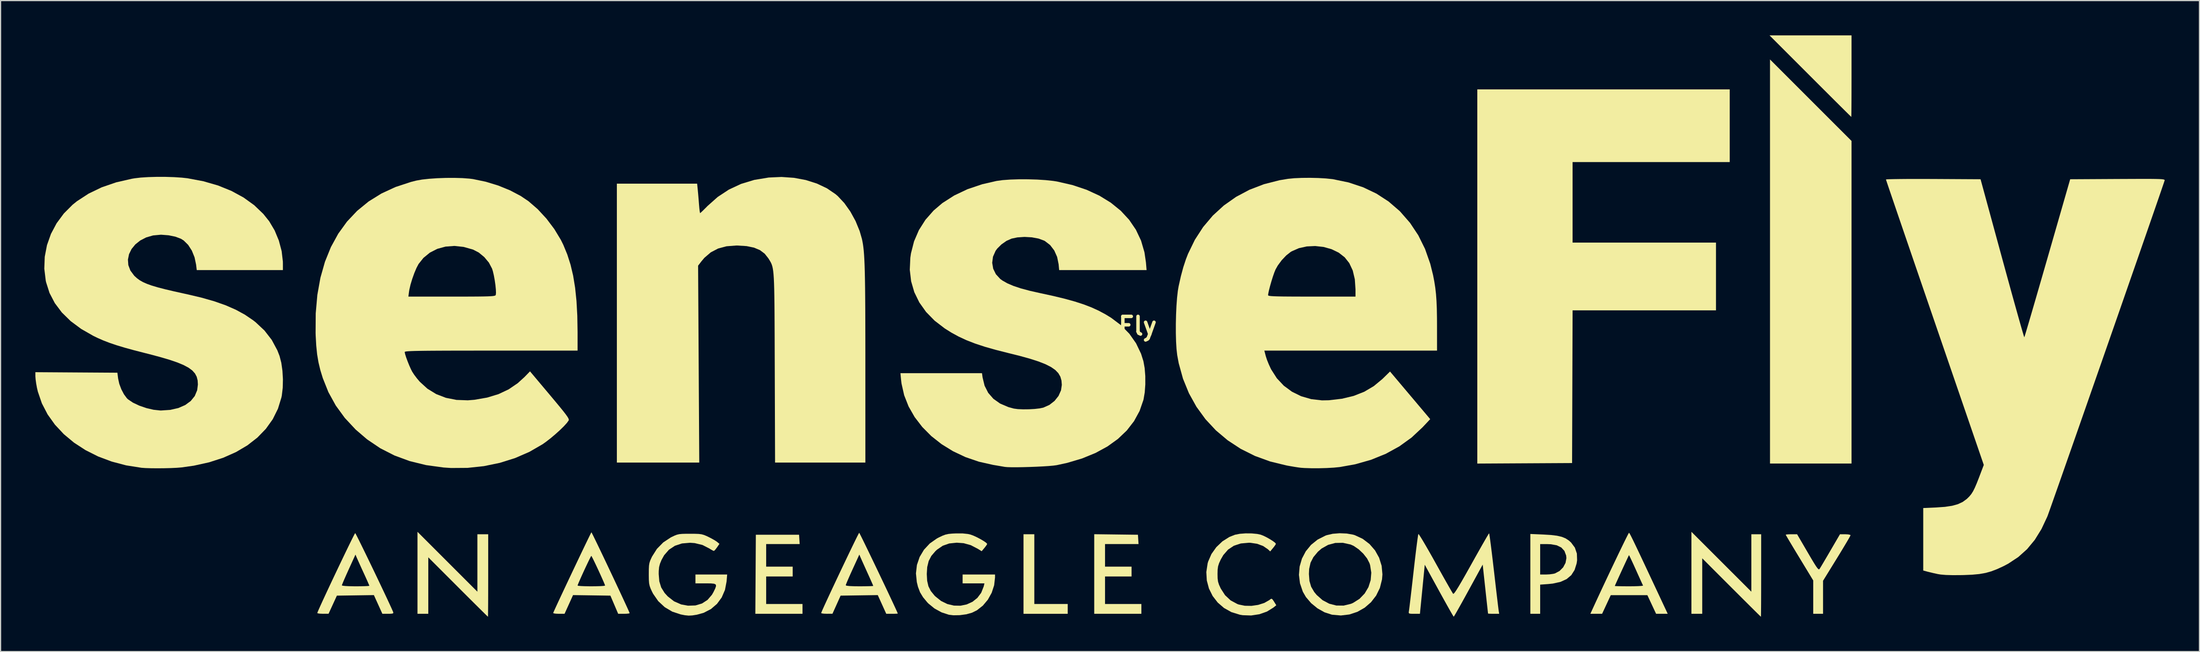
<source format=kicad_pcb>
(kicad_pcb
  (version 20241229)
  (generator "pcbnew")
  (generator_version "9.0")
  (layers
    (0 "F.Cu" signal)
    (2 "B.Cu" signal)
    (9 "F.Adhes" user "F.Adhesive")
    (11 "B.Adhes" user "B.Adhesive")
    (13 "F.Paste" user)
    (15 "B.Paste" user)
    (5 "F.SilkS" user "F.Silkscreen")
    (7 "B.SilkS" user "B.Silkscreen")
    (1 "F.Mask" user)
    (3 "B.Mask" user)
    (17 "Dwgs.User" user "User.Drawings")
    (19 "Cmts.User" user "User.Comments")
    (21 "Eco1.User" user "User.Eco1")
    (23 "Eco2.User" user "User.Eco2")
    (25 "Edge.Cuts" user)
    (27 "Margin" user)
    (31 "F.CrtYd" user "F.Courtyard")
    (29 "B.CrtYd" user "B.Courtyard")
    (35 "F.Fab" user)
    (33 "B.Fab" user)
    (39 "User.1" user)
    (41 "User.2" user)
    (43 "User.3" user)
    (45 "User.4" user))
  (footprint "senseFly"
    (layer "F.Cu")
    (at 91.779 25.061)
    (property "Reference" "senseFly" (at 0 0 0) (layer "F.SilkS") (effects (font (size 1.524 1.524) (thickness 0.3))))
    (attr board_only exclude_from_pos_files exclude_from_bom)
    (fp_poly (pts (xy 61.256 -19.473) (xy 64.77 -15.96) (xy 64.77 11.853) (xy 57.743 11.853) (xy 57.743 -22.986)) (stroke (width 0) (type solid)) (fill yes) (layer "F.SilkS"))
    (fp_poly (pts (xy -5.673 23.961) (xy -2.794 23.961) (xy -2.794 24.807) (xy -6.604 24.807) (xy -6.604 17.949) (xy -5.673 17.949)) (stroke (width 0) (type solid)) (fill yes) (layer "F.SilkS"))
    (fp_poly (pts (xy 54.271 -14.139) (xy 40.725 -14.139) (xy 40.725 -7.197) (xy 53.086 -7.197) (xy 53.086 -1.355) (xy 40.726 -1.355) (xy 40.682 11.811) (xy 36.597 11.833) (xy 32.512 11.855) (xy 32.512 -20.405) (xy 54.271 -20.405)) (stroke (width 0) (type solid)) (fill yes) (layer "F.SilkS"))
    (fp_poly (pts (xy -25.925 18.394) (xy -25.899 18.796) (xy -28.787 18.796) (xy -28.787 20.743) (xy -26.501 20.743) (xy -26.501 21.59) (xy -28.787 21.59) (xy -28.787 23.961) (xy -25.654 23.961) (xy -25.654 24.807) (xy -29.72 24.807) (xy -29.698 21.399) (xy -29.676 17.992) (xy -25.95 17.992)) (stroke (width 0) (type solid)) (fill yes) (layer "F.SilkS"))
    (fp_poly (pts (xy 1.376 17.969) (xy 3.26 17.992) (xy 3.285 18.394) (xy 3.311 18.796) (xy 0.423 18.796) (xy 0.423 20.743) (xy 2.709 20.743) (xy 2.709 21.59) (xy 0.423 21.59) (xy 0.423 23.961) (xy 3.556 23.961) (xy 3.556 24.807) (xy -0.508 24.807) (xy -0.508 17.946)) (stroke (width 0) (type solid)) (fill yes) (layer "F.SilkS"))
    (fp_poly (pts (xy 64.77 -21.548) (xy 64.769 -20.795) (xy 64.768 -20.097) (xy 64.766 -19.473) (xy 64.763 -18.938) (xy 64.759 -18.512) (xy 64.755 -18.211) (xy 64.751 -18.054) (xy 64.748 -18.034) (xy 64.686 -18.092) (xy 64.515 -18.26) (xy 64.245 -18.526) (xy 63.888 -18.881) (xy 63.452 -19.314) (xy 62.95 -19.814) (xy 62.392 -20.371) (xy 61.787 -20.975) (xy 61.214 -21.548) (xy 57.701 -25.061) (xy 64.77 -25.061)) (stroke (width 0) (type solid)) (fill yes) (layer "F.SilkS"))
    (fp_poly (pts (xy -56.261 20.32) (xy -53.679 22.901) (xy -53.679 17.949) (xy -52.747 17.949) (xy -52.747 21.505) (xy -52.748 22.263) (xy -52.749 22.965) (xy -52.751 23.595) (xy -52.754 24.135) (xy -52.758 24.567) (xy -52.762 24.874) (xy -52.766 25.038) (xy -52.769 25.061) (xy -52.831 25.003) (xy -53.001 24.838) (xy -53.265 24.577) (xy -53.612 24.233) (xy -54.029 23.819) (xy -54.504 23.346) (xy -55.025 22.827) (xy -55.351 22.5) (xy -57.912 19.939) (xy -57.912 24.807) (xy -58.843 24.807) (xy -58.843 17.739)) (stroke (width 0) (type solid)) (fill yes) (layer "F.SilkS"))
    (fp_poly (pts (xy 53.552 20.32) (xy 56.134 22.901) (xy 56.134 17.949) (xy 56.981 17.949) (xy 56.981 21.505) (xy 56.98 22.263) (xy 56.979 22.965) (xy 56.977 23.595) (xy 56.974 24.135) (xy 56.97 24.567) (xy 56.966 24.874) (xy 56.962 25.038) (xy 56.959 25.061) (xy 56.897 25.003) (xy 56.727 24.838) (xy 56.463 24.578) (xy 56.117 24.235) (xy 55.701 23.821) (xy 55.227 23.35) (xy 54.709 22.832) (xy 54.419 22.543) (xy 51.901 20.024) (xy 51.901 24.807) (xy 50.969 24.807) (xy 50.969 17.739)) (stroke (width 0) (type solid)) (fill yes) (layer "F.SilkS"))
    (fp_poly (pts (xy 38.206 17.973) (xy 38.866 18.013) (xy 39.387 18.077) (xy 39.798 18.173) (xy 40.129 18.309) (xy 40.409 18.494) (xy 40.597 18.664) (xy 40.922 19.102) (xy 41.095 19.613) (xy 41.115 20.19) (xy 41.073 20.471) (xy 40.898 21.028) (xy 40.614 21.474) (xy 40.212 21.814) (xy 39.685 22.055) (xy 39.024 22.201) (xy 38.629 22.242) (xy 37.931 22.292) (xy 37.931 24.807) (xy 37.084 24.807) (xy 37.084 18.796) (xy 37.931 18.796) (xy 37.931 21.421) (xy 38.426 21.421) (xy 38.757 21.404) (xy 39.067 21.36) (xy 39.209 21.325) (xy 39.601 21.117) (xy 39.912 20.802) (xy 40.117 20.419) (xy 40.193 20.007) (xy 40.171 19.784) (xy 40.021 19.384) (xy 39.753 19.092) (xy 39.361 18.901) (xy 38.837 18.809) (xy 38.544 18.798) (xy 37.931 18.796) (xy 37.084 18.796) (xy 37.084 17.925)) (stroke (width 0) (type solid)) (fill yes) (layer "F.SilkS"))
    (fp_poly (pts (xy 60.995 19.52) (xy 61.3 20.04) (xy 61.533 20.427) (xy 61.705 20.699) (xy 61.828 20.87) (xy 61.913 20.957) (xy 61.972 20.975) (xy 62.015 20.939) (xy 62.015 20.938) (xy 62.089 20.82) (xy 62.233 20.58) (xy 62.431 20.245) (xy 62.67 19.84) (xy 62.932 19.392) (xy 62.946 19.367) (xy 63.774 17.949) (xy 64.23 17.949) (xy 64.482 17.963) (xy 64.647 18) (xy 64.685 18.034) (xy 64.642 18.125) (xy 64.522 18.341) (xy 64.335 18.661) (xy 64.093 19.066) (xy 63.809 19.536) (xy 63.5 20.039) (xy 62.315 21.96) (xy 62.315 24.807) (xy 61.468 24.807) (xy 61.468 21.933) (xy 60.283 19.981) (xy 59.97 19.465) (xy 59.688 18.996) (xy 59.448 18.596) (xy 59.262 18.282) (xy 59.141 18.073) (xy 59.097 17.99) (xy 59.097 17.99) (xy 59.174 17.968) (xy 59.373 17.953) (xy 59.588 17.949) (xy 60.078 17.949)) (stroke (width 0) (type solid)) (fill yes) (layer "F.SilkS"))
    (fp_poly (pts (xy 13.065 17.877) (xy 13.547 17.923) (xy 13.84 17.986) (xy 14.078 18.079) (xy 14.361 18.219) (xy 14.65 18.383) (xy 14.905 18.546) (xy 15.086 18.685) (xy 15.153 18.776) (xy 15.102 18.873) (xy 14.976 19.047) (xy 14.905 19.134) (xy 14.66 19.43) (xy 14.462 19.244) (xy 14.052 18.963) (xy 13.534 18.771) (xy 12.954 18.685) (xy 12.827 18.681) (xy 12.128 18.743) (xy 11.531 18.938) (xy 11.03 19.271) (xy 10.619 19.744) (xy 10.397 20.129) (xy 10.251 20.449) (xy 10.167 20.715) (xy 10.128 21.002) (xy 10.119 21.376) (xy 10.127 21.753) (xy 10.164 22.035) (xy 10.247 22.299) (xy 10.393 22.618) (xy 10.4 22.632) (xy 10.768 23.202) (xy 11.246 23.649) (xy 11.821 23.961) (xy 11.946 24.006) (xy 12.473 24.114) (xy 13.05 24.123) (xy 13.626 24.039) (xy 14.155 23.87) (xy 14.587 23.624) (xy 14.659 23.565) (xy 14.755 23.506) (xy 14.841 23.544) (xy 14.958 23.704) (xy 14.991 23.758) (xy 15.185 24.071) (xy 14.937 24.27) (xy 14.379 24.615) (xy 13.727 24.845) (xy 13.019 24.952) (xy 12.293 24.928) (xy 12.046 24.887) (xy 11.32 24.664) (xy 10.679 24.306) (xy 10.135 23.836) (xy 9.698 23.271) (xy 9.381 22.632) (xy 9.196 21.938) (xy 9.154 21.209) (xy 9.266 20.464) (xy 9.312 20.302) (xy 9.596 19.652) (xy 10.014 19.063) (xy 10.538 18.564) (xy 11.141 18.183) (xy 11.623 17.992) (xy 12.035 17.911) (xy 12.538 17.873)) (stroke (width 0) (type solid)) (fill yes) (layer "F.SilkS"))
    (fp_poly (pts (xy 21.257 17.887) (xy 21.808 17.984) (xy 21.956 18.029) (xy 22.638 18.348) (xy 23.222 18.793) (xy 23.697 19.342) (xy 24.049 19.975) (xy 24.266 20.669) (xy 24.334 21.405) (xy 24.299 21.843) (xy 24.115 22.578) (xy 23.792 23.238) (xy 23.349 23.81) (xy 22.804 24.281) (xy 22.177 24.637) (xy 21.486 24.865) (xy 20.75 24.952) (xy 19.988 24.885) (xy 19.981 24.884) (xy 19.35 24.681) (xy 18.74 24.34) (xy 18.19 23.891) (xy 17.739 23.363) (xy 17.473 22.903) (xy 17.227 22.179) (xy 17.138 21.447) (xy 17.144 21.378) (xy 17.997 21.378) (xy 18.043 21.976) (xy 18.19 22.476) (xy 18.455 22.929) (xy 18.668 23.186) (xy 19.174 23.632) (xy 19.746 23.936) (xy 20.36 24.094) (xy 20.991 24.1) (xy 21.614 23.949) (xy 21.802 23.869) (xy 22.357 23.519) (xy 22.803 23.057) (xy 23.128 22.51) (xy 23.322 21.903) (xy 23.374 21.262) (xy 23.273 20.613) (xy 23.221 20.447) (xy 23.011 20.037) (xy 22.684 19.622) (xy 22.286 19.247) (xy 21.863 18.957) (xy 21.59 18.833) (xy 20.923 18.687) (xy 20.269 18.699) (xy 19.65 18.865) (xy 19.089 19.181) (xy 18.771 19.457) (xy 18.383 19.923) (xy 18.138 20.402) (xy 18.017 20.942) (xy 17.997 21.378) (xy 17.144 21.378) (xy 17.198 20.73) (xy 17.397 20.047) (xy 17.727 19.419) (xy 18.179 18.867) (xy 18.745 18.411) (xy 19.416 18.071) (xy 19.53 18.029) (xy 20.048 17.909) (xy 20.647 17.862)) (stroke (width 0) (type solid)) (fill yes) (layer "F.SilkS"))
    (fp_poly (pts (xy 45.609 17.84) (xy 45.648 17.899) (xy 45.71 18.01) (xy 45.798 18.182) (xy 45.919 18.425) (xy 46.076 18.749) (xy 46.274 19.163) (xy 46.519 19.678) (xy 46.814 20.304) (xy 47.164 21.049) (xy 47.575 21.925) (xy 48.051 22.94) (xy 48.261 23.389) (xy 48.925 24.807) (xy 47.923 24.807) (xy 47.547 24.003) (xy 47.171 23.199) (xy 44.017 23.199) (xy 43.644 24.003) (xy 43.27 24.807) (xy 42.258 24.807) (xy 42.481 24.32) (xy 42.77 23.692) (xy 43.081 23.023) (xy 43.368 22.407) (xy 44.365 22.407) (xy 44.445 22.418) (xy 44.664 22.426) (xy 44.994 22.433) (xy 45.403 22.436) (xy 45.598 22.437) (xy 46.03 22.433) (xy 46.391 22.421) (xy 46.653 22.404) (xy 46.787 22.383) (xy 46.798 22.373) (xy 46.754 22.278) (xy 46.652 22.056) (xy 46.506 21.733) (xy 46.327 21.337) (xy 46.185 21.02) (xy 45.992 20.594) (xy 45.824 20.231) (xy 45.693 19.953) (xy 45.61 19.787) (xy 45.586 19.75) (xy 45.545 19.831) (xy 45.448 20.035) (xy 45.31 20.331) (xy 45.144 20.689) (xy 44.965 21.077) (xy 44.787 21.466) (xy 44.624 21.824) (xy 44.49 22.121) (xy 44.399 22.325) (xy 44.365 22.407) (xy 44.365 22.407) (xy 43.368 22.407) (xy 43.404 22.331) (xy 43.733 21.632) (xy 44.058 20.944) (xy 44.373 20.284) (xy 44.668 19.667) (xy 44.936 19.112) (xy 45.168 18.635) (xy 45.357 18.253) (xy 45.495 17.982) (xy 45.574 17.84) (xy 45.588 17.822)) (stroke (width 0) (type solid)) (fill yes) (layer "F.SilkS"))
    (fp_poly (pts (xy -11.85 17.878) (xy -11.39 17.927) (xy -11.161 17.981) (xy -10.911 18.074) (xy -10.614 18.211) (xy -10.309 18.372) (xy -10.036 18.534) (xy -9.833 18.675) (xy -9.739 18.773) (xy -9.737 18.785) (xy -9.786 18.881) (xy -9.912 19.052) (xy -9.974 19.129) (xy -10.211 19.412) (xy -10.545 19.203) (xy -11.154 18.888) (xy -11.766 18.719) (xy -12.361 18.677) (xy -13.006 18.743) (xy -13.56 18.937) (xy -14.053 19.272) (xy -14.198 19.406) (xy -14.548 19.815) (xy -14.779 20.26) (xy -14.905 20.779) (xy -14.942 21.378) (xy -14.91 21.961) (xy -14.801 22.433) (xy -14.597 22.84) (xy -14.28 23.23) (xy -14.21 23.302) (xy -13.711 23.701) (xy -13.168 23.966) (xy -12.603 24.1) (xy -12.039 24.11) (xy -11.5 23.999) (xy -11.006 23.774) (xy -10.583 23.438) (xy -10.252 22.996) (xy -10.037 22.454) (xy -10.027 22.416) (xy -9.972 22.183) (xy -11.853 22.183) (xy -11.853 21.421) (xy -9.059 21.421) (xy -9.059 21.67) (xy -9.134 22.345) (xy -9.346 22.994) (xy -9.677 23.589) (xy -10.107 24.101) (xy -10.617 24.502) (xy -11.051 24.716) (xy -11.543 24.851) (xy -12.102 24.926) (xy -12.651 24.935) (xy -13.039 24.889) (xy -13.67 24.683) (xy -14.28 24.347) (xy -14.808 23.915) (xy -14.899 23.82) (xy -15.267 23.376) (xy -15.523 22.952) (xy -15.701 22.482) (xy -15.801 22.074) (xy -15.876 21.323) (xy -15.791 20.593) (xy -15.557 19.907) (xy -15.185 19.284) (xy -14.683 18.744) (xy -14.064 18.309) (xy -13.905 18.226) (xy -13.582 18.073) (xy -13.321 17.976) (xy -13.06 17.921) (xy -12.737 17.891) (xy -12.436 17.878)) (stroke (width 0) (type solid)) (fill yes) (layer "F.SilkS"))
    (fp_poly (pts (xy -64.166 17.923) (xy -64.057 18.13) (xy -63.894 18.453) (xy -63.686 18.874) (xy -63.441 19.373) (xy -63.169 19.932) (xy -62.879 20.532) (xy -62.579 21.154) (xy -62.279 21.781) (xy -61.988 22.393) (xy -61.714 22.971) (xy -61.466 23.497) (xy -61.254 23.953) (xy -61.086 24.319) (xy -60.972 24.577) (xy -60.932 24.673) (xy -60.928 24.749) (xy -61.012 24.79) (xy -61.216 24.806) (xy -61.375 24.807) (xy -61.87 24.807) (xy -62.235 24.001) (xy -62.601 23.195) (xy -64.195 23.218) (xy -65.79 23.241) (xy -66.506 24.802) (xy -66.993 24.805) (xy -67.254 24.795) (xy -67.431 24.769) (xy -67.479 24.74) (xy -67.444 24.641) (xy -67.345 24.411) (xy -67.191 24.068) (xy -66.991 23.63) (xy -66.753 23.117) (xy -66.487 22.548) (xy -66.398 22.358) (xy -65.363 22.358) (xy -65.283 22.387) (xy -65.061 22.411) (xy -64.727 22.428) (xy -64.306 22.436) (xy -64.177 22.437) (xy -63.751 22.434) (xy -63.393 22.425) (xy -63.133 22.413) (xy -63.002 22.397) (xy -62.992 22.391) (xy -63.026 22.302) (xy -63.117 22.089) (xy -63.254 21.781) (xy -63.423 21.409) (xy -63.468 21.312) (xy -63.657 20.901) (xy -63.83 20.52) (xy -63.97 20.209) (xy -64.06 20.007) (xy -64.067 19.991) (xy -64.189 19.704) (xy -64.776 20.992) (xy -64.971 21.425) (xy -65.139 21.805) (xy -65.267 22.106) (xy -65.345 22.3) (xy -65.363 22.358) (xy -66.398 22.358) (xy -66.202 21.94) (xy -65.905 21.313) (xy -65.607 20.686) (xy -65.316 20.077) (xy -65.041 19.505) (xy -64.791 18.988) (xy -64.574 18.546) (xy -64.4 18.197) (xy -64.278 17.96) (xy -64.216 17.854) (xy -64.211 17.85)) (stroke (width 0) (type solid)) (fill yes) (layer "F.SilkS"))
    (fp_poly (pts (xy -20.724 17.896) (xy -20.618 18.104) (xy -20.457 18.428) (xy -20.251 18.85) (xy -20.008 19.351) (xy -19.737 19.912) (xy -19.447 20.515) (xy -19.147 21.142) (xy -18.846 21.773) (xy -18.552 22.39) (xy -18.275 22.976) (xy -18.024 23.51) (xy -17.806 23.975) (xy -17.632 24.352) (xy -17.509 24.622) (xy -17.447 24.767) (xy -17.442 24.786) (xy -17.518 24.797) (xy -17.718 24.805) (xy -17.938 24.807) (xy -18.436 24.807) (xy -18.801 24.001) (xy -19.167 23.195) (xy -20.768 23.218) (xy -22.369 23.241) (xy -22.72 24.022) (xy -23.072 24.803) (xy -23.558 24.805) (xy -23.82 24.796) (xy -23.997 24.77) (xy -24.045 24.743) (xy -24.01 24.647) (xy -23.912 24.419) (xy -23.758 24.078) (xy -23.558 23.643) (xy -23.32 23.131) (xy -23.055 22.562) (xy -22.954 22.349) (xy -21.929 22.349) (xy -21.846 22.387) (xy -21.602 22.415) (xy -21.208 22.432) (xy -20.743 22.437) (xy -20.317 22.434) (xy -19.959 22.428) (xy -19.699 22.418) (xy -19.568 22.406) (xy -19.558 22.401) (xy -19.591 22.315) (xy -19.682 22.105) (xy -19.818 21.799) (xy -19.986 21.427) (xy -20.034 21.322) (xy -20.221 20.908) (xy -20.394 20.525) (xy -20.535 20.212) (xy -20.625 20.008) (xy -20.633 19.99) (xy -20.756 19.702) (xy -21.342 20.982) (xy -21.538 21.413) (xy -21.706 21.794) (xy -21.834 22.095) (xy -21.911 22.29) (xy -21.929 22.349) (xy -22.954 22.349) (xy -22.769 21.954) (xy -22.473 21.327) (xy -22.174 20.698) (xy -21.883 20.087) (xy -21.607 19.511) (xy -21.356 18.991) (xy -21.138 18.543) (xy -20.963 18.188) (xy -20.838 17.944) (xy -20.774 17.829) (xy -20.767 17.822)) (stroke (width 0) (type solid)) (fill yes) (layer "F.SilkS"))
    (fp_poly (pts (xy -43.807 17.854) (xy -43.701 18.063) (xy -43.542 18.388) (xy -43.337 18.81) (xy -43.096 19.312) (xy -42.827 19.874) (xy -42.54 20.478) (xy -42.243 21.106) (xy -41.944 21.738) (xy -41.654 22.357) (xy -41.379 22.943) (xy -41.13 23.478) (xy -40.915 23.943) (xy -40.742 24.32) (xy -40.621 24.591) (xy -40.561 24.736) (xy -40.555 24.755) (xy -40.632 24.783) (xy -40.831 24.802) (xy -41.05 24.807) (xy -41.544 24.807) (xy -42.213 23.241) (xy -43.824 23.218) (xy -45.434 23.195) (xy -45.799 24.001) (xy -46.165 24.807) (xy -46.669 24.807) (xy -46.93 24.796) (xy -47.102 24.768) (xy -47.145 24.734) (xy -47.082 24.588) (xy -46.959 24.316) (xy -46.785 23.938) (xy -46.568 23.472) (xy -46.317 22.937) (xy -46.052 22.373) (xy -45.043 22.373) (xy -44.964 22.396) (xy -44.745 22.415) (xy -44.417 22.429) (xy -44.011 22.436) (xy -43.857 22.437) (xy -43.431 22.432) (xy -43.073 22.421) (xy -42.813 22.404) (xy -42.682 22.382) (xy -42.672 22.374) (xy -42.705 22.273) (xy -42.796 22.055) (xy -42.93 21.751) (xy -43.092 21.392) (xy -43.268 21.008) (xy -43.444 20.632) (xy -43.606 20.293) (xy -43.739 20.024) (xy -43.828 19.855) (xy -43.858 19.812) (xy -43.905 19.884) (xy -44.006 20.08) (xy -44.147 20.369) (xy -44.313 20.719) (xy -44.491 21.1) (xy -44.665 21.481) (xy -44.821 21.83) (xy -44.946 22.116) (xy -45.024 22.308) (xy -45.043 22.373) (xy -46.052 22.373) (xy -46.042 22.351) (xy -45.75 21.733) (xy -45.451 21.101) (xy -45.153 20.473) (xy -44.866 19.87) (xy -44.598 19.308) (xy -44.357 18.807) (xy -44.153 18.385) (xy -43.995 18.061) (xy -43.891 17.854) (xy -43.85 17.781)) (stroke (width 0) (type solid)) (fill yes) (layer "F.SilkS"))
    (fp_poly (pts (xy -26.392 -12.78) (xy -25.368 -12.589) (xy -24.415 -12.286) (xy -23.554 -11.879) (xy -22.808 -11.372) (xy -22.617 -11.208) (xy -22.049 -10.602) (xy -21.529 -9.87) (xy -21.081 -9.053) (xy -20.728 -8.191) (xy -20.534 -7.518) (xy -20.488 -7.299) (xy -20.446 -7.063) (xy -20.409 -6.799) (xy -20.376 -6.496) (xy -20.348 -6.145) (xy -20.324 -5.736) (xy -20.303 -5.257) (xy -20.286 -4.698) (xy -20.272 -4.05) (xy -20.26 -3.301) (xy -20.252 -2.442) (xy -20.245 -1.462) (xy -20.241 -0.351) (xy -20.238 0.902) (xy -20.236 2.306) (xy -20.236 3.365) (xy -20.235 11.769) (xy -28.019 11.769) (xy -28.046 3.619) (xy -28.051 2.225) (xy -28.055 0.99) (xy -28.06 -0.098) (xy -28.065 -1.047) (xy -28.072 -1.87) (xy -28.081 -2.576) (xy -28.093 -3.176) (xy -28.108 -3.681) (xy -28.127 -4.101) (xy -28.151 -4.446) (xy -28.179 -4.728) (xy -28.214 -4.957) (xy -28.255 -5.143) (xy -28.303 -5.298) (xy -28.359 -5.431) (xy -28.423 -5.553) (xy -28.495 -5.674) (xy -28.578 -5.806) (xy -28.594 -5.834) (xy -28.914 -6.239) (xy -29.323 -6.547) (xy -29.835 -6.762) (xy -30.467 -6.892) (xy -31.233 -6.942) (xy -31.374 -6.943) (xy -32.203 -6.879) (xy -32.929 -6.685) (xy -33.56 -6.356) (xy -34.108 -5.887) (xy -34.362 -5.587) (xy -34.654 -5.207) (xy -34.604 3.281) (xy -34.554 11.769) (xy -41.656 11.769) (xy -41.656 -12.277) (xy -34.737 -12.277) (xy -34.684 -11.748) (xy -34.651 -11.401) (xy -34.614 -10.97) (xy -34.58 -10.539) (xy -34.575 -10.477) (xy -34.546 -10.147) (xy -34.516 -9.893) (xy -34.49 -9.753) (xy -34.481 -9.737) (xy -34.409 -9.793) (xy -34.247 -9.946) (xy -34.02 -10.17) (xy -33.837 -10.355) (xy -32.962 -11.133) (xy -32.001 -11.765) (xy -30.953 -12.254) (xy -29.816 -12.6) (xy -28.587 -12.803) (xy -28.56 -12.806) (xy -27.463 -12.855)) (stroke (width 0) (type solid)) (fill yes) (layer "F.SilkS"))
    (fp_poly (pts (xy -34.91 17.91) (xy -34.593 17.922) (xy -34.355 17.953) (xy -34.15 18.01) (xy -33.933 18.099) (xy -33.782 18.17) (xy -33.473 18.328) (xy -33.198 18.485) (xy -33.023 18.604) (xy -32.815 18.776) (xy -33.023 19.082) (xy -33.164 19.268) (xy -33.272 19.377) (xy -33.297 19.388) (xy -33.402 19.345) (xy -33.589 19.237) (xy -33.678 19.18) (xy -34.282 18.872) (xy -34.947 18.712) (xy -35.348 18.683) (xy -36.045 18.742) (xy -36.652 18.942) (xy -37.166 19.282) (xy -37.58 19.757) (xy -37.808 20.167) (xy -37.941 20.492) (xy -38.016 20.781) (xy -38.046 21.111) (xy -38.05 21.378) (xy -37.998 22.007) (xy -37.835 22.536) (xy -37.543 23.007) (xy -37.27 23.308) (xy -36.726 23.732) (xy -36.113 24) (xy -35.523 24.108) (xy -34.883 24.087) (xy -34.319 23.919) (xy -33.842 23.61) (xy -33.461 23.166) (xy -33.337 22.95) (xy -33.181 22.631) (xy -33.107 22.416) (xy -33.132 22.283) (xy -33.274 22.214) (xy -33.551 22.187) (xy -33.978 22.183) (xy -33.994 22.183) (xy -34.883 22.183) (xy -34.883 21.421) (xy -32.149 21.421) (xy -32.199 22.021) (xy -32.338 22.748) (xy -32.618 23.397) (xy -33.026 23.952) (xy -33.548 24.399) (xy -34.171 24.722) (xy -34.753 24.884) (xy -35.149 24.947) (xy -35.466 24.964) (xy -35.788 24.932) (xy -36.153 24.861) (xy -36.884 24.619) (xy -37.535 24.232) (xy -38.089 23.717) (xy -38.529 23.085) (xy -38.633 22.883) (xy -38.754 22.616) (xy -38.832 22.395) (xy -38.877 22.169) (xy -38.898 21.887) (xy -38.904 21.5) (xy -38.904 21.377) (xy -38.901 20.957) (xy -38.886 20.657) (xy -38.849 20.426) (xy -38.781 20.215) (xy -38.673 19.974) (xy -38.623 19.871) (xy -38.206 19.212) (xy -37.662 18.656) (xy -37.012 18.225) (xy -36.94 18.189) (xy -36.689 18.069) (xy -36.483 17.989) (xy -36.277 17.941) (xy -36.025 17.917) (xy -35.683 17.908) (xy -35.35 17.907)) (stroke (width 0) (type solid)) (fill yes) (layer "F.SilkS"))
    (fp_poly (pts (xy 33.549 17.946) (xy 33.584 18.177) (xy 33.634 18.54) (xy 33.696 19.016) (xy 33.767 19.587) (xy 33.845 20.236) (xy 33.928 20.943) (xy 33.942 21.061) (xy 34.026 21.789) (xy 34.105 22.474) (xy 34.178 23.094) (xy 34.242 23.63) (xy 34.293 24.061) (xy 34.331 24.366) (xy 34.352 24.525) (xy 34.353 24.532) (xy 34.397 24.807) (xy 33.92 24.807) (xy 33.66 24.804) (xy 33.485 24.795) (xy 33.438 24.786) (xy 33.428 24.7) (xy 33.402 24.468) (xy 33.363 24.113) (xy 33.313 23.659) (xy 33.255 23.128) (xy 33.205 22.665) (xy 32.977 20.565) (xy 31.749 22.81) (xy 31.441 23.371) (xy 31.159 23.881) (xy 30.912 24.321) (xy 30.712 24.675) (xy 30.568 24.922) (xy 30.49 25.046) (xy 30.48 25.057) (xy 30.43 24.986) (xy 30.31 24.785) (xy 30.129 24.471) (xy 29.899 24.062) (xy 29.629 23.578) (xy 29.329 23.035) (xy 29.21 22.818) (xy 27.982 20.578) (xy 27.775 22.693) (xy 27.567 24.807) (xy 27.07 24.807) (xy 26.793 24.804) (xy 26.648 24.782) (xy 26.6 24.722) (xy 26.611 24.606) (xy 26.617 24.575) (xy 26.637 24.439) (xy 26.673 24.156) (xy 26.722 23.745) (xy 26.783 23.226) (xy 26.854 22.62) (xy 26.931 21.946) (xy 27.012 21.225) (xy 27.019 21.167) (xy 27.1 20.451) (xy 27.178 19.788) (xy 27.25 19.197) (xy 27.314 18.696) (xy 27.367 18.305) (xy 27.407 18.043) (xy 27.431 17.927) (xy 27.433 17.924) (xy 27.486 17.979) (xy 27.61 18.167) (xy 27.797 18.47) (xy 28.035 18.874) (xy 28.316 19.36) (xy 28.63 19.913) (xy 28.914 20.422) (xy 29.251 21.027) (xy 29.564 21.587) (xy 29.845 22.084) (xy 30.082 22.501) (xy 30.266 22.819) (xy 30.386 23.02) (xy 30.43 23.086) (xy 30.478 23.073) (xy 30.572 22.966) (xy 30.715 22.756) (xy 30.914 22.435) (xy 31.174 21.993) (xy 31.501 21.421) (xy 31.9 20.711) (xy 32.004 20.525) (xy 32.345 19.914) (xy 32.662 19.352) (xy 32.943 18.856) (xy 33.18 18.443) (xy 33.363 18.129) (xy 33.483 17.931) (xy 33.53 17.865)) (stroke (width 0) (type solid)) (fill yes) (layer "F.SilkS"))
    (fp_poly (pts (xy 90.584 -12.687) (xy 90.983 -12.682) (xy 91.283 -12.674) (xy 91.496 -12.662) (xy 91.636 -12.645) (xy 91.718 -12.624) (xy 91.755 -12.598) (xy 91.762 -12.566) (xy 91.759 -12.553) (xy 91.72 -12.432) (xy 91.628 -12.161) (xy 91.488 -11.751) (xy 91.302 -11.21) (xy 91.074 -10.549) (xy 90.807 -9.778) (xy 90.505 -8.907) (xy 90.171 -7.945) (xy 89.809 -6.904) (xy 89.423 -5.791) (xy 89.014 -4.618) (xy 88.588 -3.395) (xy 88.148 -2.13) (xy 87.697 -0.835) (xy 87.238 0.48) (xy 86.775 1.807) (xy 86.312 3.135) (xy 85.851 4.454) (xy 85.397 5.753) (xy 84.953 7.025) (xy 84.522 8.257) (xy 84.108 9.441) (xy 83.714 10.566) (xy 83.343 11.622) (xy 83 12.601) (xy 82.688 13.491) (xy 82.409 14.282) (xy 82.168 14.965) (xy 81.969 15.531) (xy 81.813 15.968) (xy 81.706 16.267) (xy 81.65 16.418) (xy 81.647 16.425) (xy 81.141 17.503) (xy 80.563 18.436) (xy 79.901 19.235) (xy 79.144 19.913) (xy 78.283 20.482) (xy 77.871 20.699) (xy 77.321 20.953) (xy 76.818 21.146) (xy 76.321 21.285) (xy 75.788 21.379) (xy 75.178 21.436) (xy 74.451 21.467) (xy 74.253 21.471) (xy 73.504 21.476) (xy 72.91 21.46) (xy 72.455 21.422) (xy 72.221 21.384) (xy 71.865 21.307) (xy 71.517 21.225) (xy 71.311 21.173) (xy 70.951 21.075) (xy 70.951 15.689) (xy 72.073 15.64) (xy 72.826 15.587) (xy 73.439 15.495) (xy 73.936 15.358) (xy 74.345 15.168) (xy 74.691 14.917) (xy 74.734 14.878) (xy 74.929 14.685) (xy 75.094 14.484) (xy 75.245 14.246) (xy 75.398 13.94) (xy 75.57 13.538) (xy 75.777 13.009) (xy 75.811 12.918) (xy 76.17 11.973) (xy 71.955 -0.3) (xy 71.478 -1.69) (xy 71.016 -3.036) (xy 70.572 -4.33) (xy 70.149 -5.563) (xy 69.751 -6.726) (xy 69.379 -7.811) (xy 69.038 -8.809) (xy 68.729 -9.711) (xy 68.457 -10.509) (xy 68.224 -11.193) (xy 68.032 -11.755) (xy 67.886 -12.187) (xy 67.788 -12.479) (xy 67.741 -12.623) (xy 67.737 -12.637) (xy 67.818 -12.65) (xy 68.052 -12.66) (xy 68.423 -12.669) (xy 68.915 -12.676) (xy 69.51 -12.681) (xy 70.193 -12.683) (xy 70.948 -12.683) (xy 71.758 -12.68) (xy 71.812 -12.68) (xy 75.892 -12.658) (xy 77.756 -5.824) (xy 78.041 -4.784) (xy 78.313 -3.793) (xy 78.569 -2.863) (xy 78.807 -2.007) (xy 79.023 -1.235) (xy 79.213 -0.559) (xy 79.374 0.008) (xy 79.503 0.454) (xy 79.596 0.769) (xy 79.651 0.939) (xy 79.664 0.967) (xy 79.693 0.881) (xy 79.766 0.644) (xy 79.878 0.269) (xy 80.027 -0.233) (xy 80.208 -0.85) (xy 80.418 -1.57) (xy 80.654 -2.38) (xy 80.911 -3.268) (xy 81.188 -4.224) (xy 81.479 -5.233) (xy 81.662 -5.867) (xy 83.617 -12.658) (xy 87.708 -12.68) (xy 88.646 -12.684) (xy 89.429 -12.687) (xy 90.07 -12.688)) (stroke (width 0) (type solid)) (fill yes) (layer "F.SilkS"))
    (fp_poly (pts (xy 18.8 -12.764) (xy 19.46 -12.727) (xy 20.014 -12.669) (xy 20.066 -12.662) (xy 21.415 -12.382) (xy 22.666 -11.967) (xy 23.817 -11.419) (xy 24.863 -10.74) (xy 25.803 -9.931) (xy 25.871 -9.863) (xy 26.714 -8.896) (xy 27.425 -7.826) (xy 28.006 -6.652) (xy 28.457 -5.369) (xy 28.702 -4.382) (xy 28.807 -3.834) (xy 28.89 -3.302) (xy 28.952 -2.754) (xy 28.995 -2.158) (xy 29.023 -1.483) (xy 29.037 -0.696) (xy 29.04 0.021) (xy 29.041 2.117) (xy 14.155 2.117) (xy 14.282 2.603) (xy 14.385 2.919) (xy 14.541 3.305) (xy 14.718 3.687) (xy 14.747 3.742) (xy 15.232 4.5) (xy 15.833 5.142) (xy 16.537 5.661) (xy 17.329 6.05) (xy 18.196 6.301) (xy 19.123 6.407) (xy 19.71 6.397) (xy 20.845 6.265) (xy 21.861 6.021) (xy 22.772 5.661) (xy 23.589 5.178) (xy 24.327 4.567) (xy 24.369 4.526) (xy 24.989 3.919) (xy 26.354 5.537) (xy 26.753 6.01) (xy 27.138 6.465) (xy 27.486 6.879) (xy 27.78 7.226) (xy 27.997 7.484) (xy 28.086 7.589) (xy 28.452 8.025) (xy 27.794 8.726) (xy 26.85 9.609) (xy 25.79 10.373) (xy 24.62 11.015) (xy 23.348 11.531) (xy 21.982 11.918) (xy 20.661 12.155) (xy 20.15 12.205) (xy 19.53 12.24) (xy 18.859 12.258) (xy 18.196 12.257) (xy 17.601 12.238) (xy 17.314 12.218) (xy 17.088 12.19) (xy 16.749 12.137) (xy 16.348 12.069) (xy 16.065 12.018) (xy 14.659 11.676) (xy 13.34 11.196) (xy 12.116 10.584) (xy 10.994 9.848) (xy 9.98 8.994) (xy 9.08 8.029) (xy 8.303 6.96) (xy 7.655 5.794) (xy 7.143 4.539) (xy 6.773 3.2) (xy 6.644 2.501) (xy 6.585 1.98) (xy 6.546 1.334) (xy 6.527 0.601) (xy 6.527 -0.181) (xy 6.545 -0.974) (xy 6.58 -1.74) (xy 6.632 -2.443) (xy 6.656 -2.656) (xy 14.478 -2.656) (xy 14.502 -2.628) (xy 14.581 -2.604) (xy 14.731 -2.585) (xy 14.963 -2.57) (xy 15.292 -2.559) (xy 15.731 -2.55) (xy 16.293 -2.545) (xy 16.992 -2.542) (xy 17.841 -2.54) (xy 18.246 -2.54) (xy 22.013 -2.54) (xy 22.013 -3.163) (xy 21.954 -4.036) (xy 21.775 -4.79) (xy 21.476 -5.428) (xy 21.082 -5.926) (xy 20.566 -6.329) (xy 19.948 -6.628) (xy 19.261 -6.82) (xy 18.54 -6.9) (xy 17.819 -6.866) (xy 17.131 -6.715) (xy 16.511 -6.443) (xy 16.425 -6.391) (xy 16.039 -6.086) (xy 15.652 -5.677) (xy 15.315 -5.222) (xy 15.121 -4.878) (xy 15.014 -4.616) (xy 14.89 -4.26) (xy 14.764 -3.855) (xy 14.647 -3.445) (xy 14.552 -3.074) (xy 14.492 -2.787) (xy 14.478 -2.656) (xy 6.656 -2.656) (xy 6.7 -3.044) (xy 6.763 -3.414) (xy 6.963 -4.306) (xy 7.169 -5.071) (xy 7.393 -5.752) (xy 7.576 -6.225) (xy 8.166 -7.438) (xy 8.881 -8.541) (xy 9.716 -9.528) (xy 10.665 -10.396) (xy 11.72 -11.139) (xy 12.877 -11.753) (xy 14.127 -12.232) (xy 15.465 -12.573) (xy 16.199 -12.694) (xy 16.734 -12.746) (xy 17.382 -12.774) (xy 18.089 -12.78)) (stroke (width 0) (type solid)) (fill yes) (layer "F.SilkS"))
    (fp_poly (pts (xy -6.22 -12.653) (xy -5.438 -12.63) (xy -4.699 -12.583) (xy -4.043 -12.513) (xy -3.716 -12.462) (xy -2.384 -12.157) (xy -1.163 -11.748) (xy -0.059 -11.239) (xy 0.923 -10.635) (xy 1.778 -9.942) (xy 2.5 -9.163) (xy 3.085 -8.304) (xy 3.527 -7.368) (xy 3.821 -6.361) (xy 3.949 -5.486) (xy 4.004 -4.826) (xy -3.532 -4.826) (xy -3.578 -5.329) (xy -3.705 -5.957) (xy -3.955 -6.519) (xy -4.312 -6.985) (xy -4.759 -7.33) (xy -4.827 -7.366) (xy -5.308 -7.543) (xy -5.89 -7.651) (xy -6.518 -7.686) (xy -7.136 -7.644) (xy -7.635 -7.539) (xy -8.074 -7.343) (xy -8.508 -7.039) (xy -8.872 -6.677) (xy -9.01 -6.487) (xy -9.236 -5.977) (xy -9.303 -5.454) (xy -9.217 -4.943) (xy -8.986 -4.471) (xy -8.614 -4.066) (xy -8.436 -3.934) (xy -8.007 -3.689) (xy -7.478 -3.462) (xy -6.831 -3.246) (xy -6.05 -3.037) (xy -5.157 -2.837) (xy -4.023 -2.59) (xy -3.036 -2.351) (xy -2.173 -2.112) (xy -1.412 -1.865) (xy -0.732 -1.603) (xy -0.111 -1.318) (xy 0.475 -1.003) (xy 0.953 -0.71) (xy 1.803 -0.07) (xy 2.52 0.664) (xy 3.097 1.485) (xy 3.527 2.383) (xy 3.731 3.028) (xy 3.838 3.619) (xy 3.893 4.308) (xy 3.895 5.031) (xy 3.845 5.725) (xy 3.742 6.326) (xy 3.731 6.371) (xy 3.403 7.319) (xy 2.923 8.198) (xy 2.298 9.004) (xy 1.533 9.732) (xy 0.633 10.379) (xy -0.398 10.941) (xy -1.553 11.414) (xy -2.827 11.793) (xy -3.741 11.992) (xy -4.018 12.03) (xy -4.421 12.066) (xy -4.916 12.098) (xy -5.471 12.126) (xy -6.054 12.148) (xy -6.63 12.164) (xy -7.167 12.173) (xy -7.633 12.172) (xy -7.995 12.162) (xy -8.213 12.142) (xy -8.388 12.112) (xy -8.68 12.062) (xy -9.039 12.001) (xy -9.229 11.969) (xy -10.451 11.694) (xy -11.606 11.298) (xy -12.682 10.79) (xy -13.668 10.182) (xy -14.555 9.483) (xy -15.331 8.701) (xy -15.987 7.848) (xy -16.51 6.933) (xy -16.891 5.966) (xy -17.12 4.956) (xy -17.158 4.636) (xy -17.212 4.064) (xy -10.183 4.064) (xy -10.132 4.433) (xy -9.959 5.144) (xy -9.648 5.757) (xy -9.202 6.27) (xy -8.624 6.68) (xy -7.915 6.984) (xy -7.438 7.114) (xy -7.094 7.16) (xy -6.643 7.18) (xy -6.141 7.175) (xy -5.643 7.147) (xy -5.205 7.097) (xy -4.896 7.032) (xy -4.373 6.799) (xy -3.929 6.454) (xy -3.587 6.025) (xy -3.371 5.541) (xy -3.302 5.07) (xy -3.332 4.696) (xy -3.428 4.363) (xy -3.602 4.062) (xy -3.865 3.787) (xy -4.23 3.533) (xy -4.706 3.291) (xy -5.306 3.055) (xy -6.04 2.818) (xy -6.921 2.574) (xy -7.88 2.335) (xy -8.979 2.057) (xy -9.935 1.786) (xy -10.772 1.51) (xy -11.517 1.221) (xy -12.192 0.908) (xy -12.825 0.562) (xy -13.386 0.21) (xy -14.268 -0.466) (xy -15.003 -1.217) (xy -15.586 -2.037) (xy -16.017 -2.92) (xy -16.291 -3.861) (xy -16.407 -4.852) (xy -16.36 -5.888) (xy -16.305 -6.265) (xy -16.04 -7.303) (xy -15.623 -8.27) (xy -15.059 -9.159) (xy -14.354 -9.96) (xy -13.602 -10.6) (xy -12.576 -11.258) (xy -11.429 -11.801) (xy -10.159 -12.228) (xy -8.932 -12.51) (xy -8.401 -12.583) (xy -7.743 -12.63) (xy -7.002 -12.654)) (stroke (width 0) (type solid)) (fill yes) (layer "F.SilkS"))
    (fp_poly (pts (xy -54.969 -12.756) (xy -54.364 -12.711) (xy -54.056 -12.672) (xy -52.957 -12.443) (xy -51.882 -12.115) (xy -50.867 -11.701) (xy -49.949 -11.218) (xy -49.27 -10.761) (xy -48.477 -10.074) (xy -47.725 -9.261) (xy -47.049 -8.365) (xy -46.484 -7.43) (xy -46.273 -7.005) (xy -45.93 -6.172) (xy -45.648 -5.29) (xy -45.424 -4.341) (xy -45.255 -3.304) (xy -45.137 -2.162) (xy -45.067 -0.894) (xy -45.043 0.517) (xy -45.043 0.572) (xy -45.043 2.117) (xy -52.493 2.117) (xy -53.804 2.117) (xy -54.955 2.118) (xy -55.956 2.12) (xy -56.818 2.123) (xy -57.55 2.127) (xy -58.163 2.132) (xy -58.665 2.139) (xy -59.068 2.147) (xy -59.381 2.158) (xy -59.614 2.17) (xy -59.777 2.184) (xy -59.879 2.201) (xy -59.932 2.22) (xy -59.944 2.239) (xy -59.911 2.41) (xy -59.824 2.689) (xy -59.699 3.03) (xy -59.556 3.386) (xy -59.41 3.714) (xy -59.3 3.93) (xy -59.126 4.198) (xy -58.887 4.515) (xy -58.644 4.801) (xy -57.986 5.401) (xy -57.232 5.864) (xy -56.394 6.187) (xy -55.482 6.367) (xy -54.504 6.402) (xy -53.933 6.356) (xy -52.833 6.165) (xy -51.855 5.868) (xy -50.984 5.457) (xy -50.203 4.925) (xy -49.622 4.397) (xy -49.143 3.905) (xy -47.432 5.939) (xy -46.95 6.515) (xy -46.567 6.977) (xy -46.274 7.338) (xy -46.062 7.612) (xy -45.918 7.814) (xy -45.834 7.957) (xy -45.799 8.055) (xy -45.803 8.123) (xy -45.81 8.138) (xy -45.966 8.355) (xy -46.23 8.644) (xy -46.573 8.979) (xy -46.967 9.334) (xy -47.381 9.682) (xy -47.788 9.996) (xy -48.07 10.195) (xy -49.199 10.847) (xy -50.432 11.382) (xy -51.747 11.794) (xy -53.12 12.077) (xy -54.53 12.227) (xy -55.954 12.237) (xy -56.6 12.194) (xy -58.106 11.987) (xy -59.515 11.642) (xy -60.83 11.157) (xy -62.053 10.533) (xy -63.189 9.766) (xy -64.175 8.92) (xy -65.106 7.922) (xy -65.886 6.852) (xy -66.52 5.701) (xy -67.005 4.487) (xy -67.217 3.795) (xy -67.377 3.127) (xy -67.493 2.438) (xy -67.57 1.681) (xy -67.618 0.813) (xy -67.625 0.593) (xy -67.614 -1.096) (xy -67.487 -2.54) (xy -59.627 -2.54) (xy -55.888 -2.54) (xy -54.989 -2.54) (xy -54.244 -2.542) (xy -53.64 -2.546) (xy -53.161 -2.552) (xy -52.793 -2.561) (xy -52.521 -2.573) (xy -52.33 -2.589) (xy -52.207 -2.61) (xy -52.135 -2.636) (xy -52.102 -2.667) (xy -52.097 -2.677) (xy -52.075 -2.857) (xy -52.087 -3.159) (xy -52.125 -3.541) (xy -52.185 -3.958) (xy -52.26 -4.368) (xy -52.344 -4.728) (xy -52.415 -4.952) (xy -52.688 -5.471) (xy -53.085 -5.947) (xy -53.561 -6.339) (xy -54.048 -6.592) (xy -54.862 -6.823) (xy -55.66 -6.908) (xy -56.423 -6.851) (xy -57.134 -6.657) (xy -57.775 -6.33) (xy -58.33 -5.876) (xy -58.748 -5.351) (xy -58.926 -5.015) (xy -59.115 -4.569) (xy -59.294 -4.067) (xy -59.445 -3.566) (xy -59.547 -3.12) (xy -59.569 -2.985) (xy -59.627 -2.54) (xy -67.487 -2.54) (xy -67.475 -2.683) (xy -67.209 -4.166) (xy -66.819 -5.542) (xy -66.306 -6.809) (xy -65.672 -7.965) (xy -64.918 -9.007) (xy -64.045 -9.932) (xy -63.056 -10.74) (xy -61.952 -11.426) (xy -60.734 -11.989) (xy -59.404 -12.426) (xy -58.936 -12.544) (xy -58.447 -12.631) (xy -57.833 -12.698) (xy -57.135 -12.746) (xy -56.397 -12.772) (xy -55.66 -12.775)) (stroke (width 0) (type solid)) (fill yes) (layer "F.SilkS"))
    (fp_poly (pts (xy -80.561 -12.862) (xy -79.823 -12.839) (xy -79.151 -12.795) (xy -78.662 -12.741) (xy -77.302 -12.485) (xy -76.039 -12.121) (xy -74.881 -11.652) (xy -73.838 -11.084) (xy -72.919 -10.422) (xy -72.132 -9.669) (xy -71.623 -9.033) (xy -71.155 -8.244) (xy -70.793 -7.371) (xy -70.551 -6.461) (xy -70.446 -5.561) (xy -70.443 -5.38) (xy -70.443 -4.826) (xy -77.87 -4.826) (xy -77.925 -5.29) (xy -78.058 -5.925) (xy -78.293 -6.505) (xy -78.612 -7) (xy -78.995 -7.377) (xy -79.236 -7.528) (xy -79.713 -7.707) (xy -80.294 -7.826) (xy -80.921 -7.874) (xy -80.979 -7.874) (xy -81.636 -7.813) (xy -82.226 -7.643) (xy -82.739 -7.379) (xy -83.164 -7.04) (xy -83.49 -6.641) (xy -83.706 -6.199) (xy -83.802 -5.732) (xy -83.768 -5.256) (xy -83.592 -4.789) (xy -83.264 -4.347) (xy -83.231 -4.314) (xy -83.018 -4.12) (xy -82.779 -3.946) (xy -82.498 -3.787) (xy -82.156 -3.636) (xy -81.737 -3.487) (xy -81.223 -3.335) (xy -80.598 -3.173) (xy -79.844 -2.995) (xy -78.943 -2.795) (xy -78.743 -2.752) (xy -77.476 -2.454) (xy -76.359 -2.136) (xy -75.375 -1.79) (xy -74.503 -1.408) (xy -73.726 -0.984) (xy -73.025 -0.509) (xy -72.803 -0.337) (xy -72.033 0.383) (xy -71.406 1.191) (xy -70.923 2.09) (xy -70.731 2.583) (xy -70.58 3.168) (xy -70.483 3.858) (xy -70.441 4.595) (xy -70.458 5.324) (xy -70.537 5.988) (xy -70.57 6.154) (xy -70.87 7.128) (xy -71.319 8.033) (xy -71.913 8.863) (xy -72.643 9.615) (xy -73.503 10.284) (xy -74.488 10.865) (xy -75.589 11.354) (xy -76.801 11.746) (xy -78.118 12.037) (xy -79.181 12.187) (xy -79.584 12.219) (xy -80.096 12.243) (xy -80.67 12.257) (xy -81.26 12.262) (xy -81.818 12.257) (xy -82.298 12.242) (xy -82.635 12.218) (xy -83.951 12.011) (xy -85.202 11.682) (xy -86.375 11.241) (xy -87.46 10.695) (xy -88.449 10.052) (xy -89.329 9.319) (xy -90.091 8.505) (xy -90.725 7.618) (xy -91.22 6.664) (xy -91.566 5.653) (xy -91.645 5.316) (xy -91.711 4.95) (xy -91.759 4.598) (xy -91.779 4.334) (xy -91.779 4.321) (xy -91.779 3.977) (xy -88.244 4) (xy -84.71 4.022) (xy -84.647 4.53) (xy -84.547 4.982) (xy -84.371 5.45) (xy -84.145 5.882) (xy -83.895 6.22) (xy -83.796 6.316) (xy -83.37 6.603) (xy -82.827 6.86) (xy -82.219 7.07) (xy -81.599 7.215) (xy -81.017 7.278) (xy -80.941 7.279) (xy -80.151 7.226) (xy -79.455 7.067) (xy -78.865 6.81) (xy -78.39 6.463) (xy -78.042 6.034) (xy -77.832 5.53) (xy -77.771 5.038) (xy -77.793 4.685) (xy -77.873 4.371) (xy -78.022 4.088) (xy -78.252 3.831) (xy -78.575 3.591) (xy -79.003 3.362) (xy -79.547 3.136) (xy -80.219 2.907) (xy -81.031 2.669) (xy -81.995 2.412) (xy -82.338 2.326) (xy -83.283 2.083) (xy -84.087 1.862) (xy -84.776 1.654) (xy -85.378 1.451) (xy -85.917 1.243) (xy -86.42 1.023) (xy -86.785 0.846) (xy -87.835 0.245) (xy -88.741 -0.429) (xy -89.499 -1.172) (xy -90.106 -1.981) (xy -90.56 -2.852) (xy -90.856 -3.781) (xy -90.885 -3.912) (xy -91.01 -4.945) (xy -90.972 -5.973) (xy -90.779 -6.979) (xy -90.436 -7.947) (xy -89.951 -8.86) (xy -89.329 -9.701) (xy -88.578 -10.455) (xy -88.199 -10.761) (xy -87.19 -11.418) (xy -86.06 -11.962) (xy -84.816 -12.39) (xy -83.467 -12.699) (xy -83.227 -12.739) (xy -82.696 -12.802) (xy -82.044 -12.843) (xy -81.316 -12.863)) (stroke (width 0) (type solid)) (fill yes) (layer "F.SilkS")))
  (gr_rect
    (start -3 -3)
    (end 186.54 53.123)
    (stroke (width 0.1) (type default))
    (fill no)
    (layer "Edge.Cuts")))
</source>
